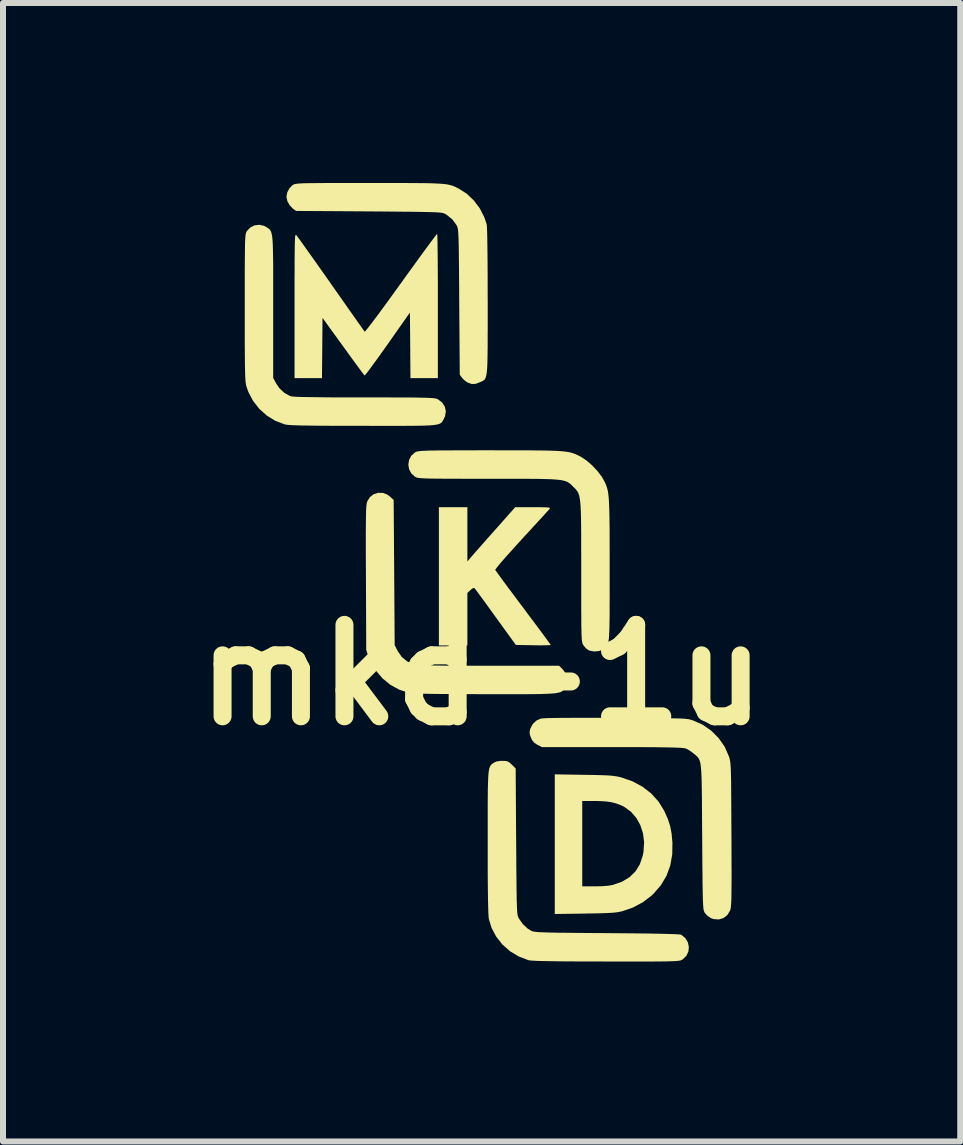
<source format=kicad_pcb>
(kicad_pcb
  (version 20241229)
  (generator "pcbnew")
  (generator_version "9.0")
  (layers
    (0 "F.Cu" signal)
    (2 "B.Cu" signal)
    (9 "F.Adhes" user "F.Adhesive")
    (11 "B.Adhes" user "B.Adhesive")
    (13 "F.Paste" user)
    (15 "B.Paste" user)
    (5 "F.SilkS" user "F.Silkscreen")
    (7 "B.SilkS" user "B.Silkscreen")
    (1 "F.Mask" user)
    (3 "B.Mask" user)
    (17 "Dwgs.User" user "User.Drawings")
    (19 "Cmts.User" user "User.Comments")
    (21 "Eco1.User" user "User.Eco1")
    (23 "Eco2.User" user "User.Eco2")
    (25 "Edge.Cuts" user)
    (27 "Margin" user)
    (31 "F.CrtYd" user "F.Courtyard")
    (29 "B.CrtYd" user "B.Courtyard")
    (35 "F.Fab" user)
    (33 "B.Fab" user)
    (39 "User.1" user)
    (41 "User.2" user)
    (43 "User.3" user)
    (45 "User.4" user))
  (footprint "mkd-1u"
    (layer "F.Cu")
    (at 4.978 8.201)
    (property "Reference" "mkd-1u" (at 0 0 0) (layer "F.SilkS") (effects (font (size 1.524 1.524) (thickness 0.3))))
    (attr through_hole)
    (fp_poly (pts (xy 1.707 1.665) (xy 1.853 1.667) (xy 1.971 1.67) (xy 2.063 1.673) (xy 2.137 1.677) (xy 2.196 1.683) (xy 2.245 1.69) (xy 2.289 1.698) (xy 2.33 1.709) (xy 2.517 1.774) (xy 2.685 1.865) (xy 2.83 1.978) (xy 2.951 2.113) (xy 3.045 2.266) (xy 3.047 2.271) (xy 3.104 2.399) (xy 3.143 2.518) (xy 3.167 2.642) (xy 3.18 2.785) (xy 3.181 2.788) (xy 3.178 2.991) (xy 3.145 3.177) (xy 3.082 3.349) (xy 2.989 3.505) (xy 2.865 3.648) (xy 2.829 3.682) (xy 2.684 3.792) (xy 2.518 3.879) (xy 2.36 3.934) (xy 2.318 3.945) (xy 2.276 3.953) (xy 2.228 3.96) (xy 2.17 3.965) (xy 2.098 3.969) (xy 2.006 3.972) (xy 1.891 3.975) (xy 1.747 3.977) (xy 1.724 3.978) (xy 1.22 3.985) (xy 1.22 2.101) (xy 1.678 2.101) (xy 1.678 3.524) (xy 1.886 3.524) (xy 2.005 3.522) (xy 2.107 3.514) (xy 2.184 3.501) (xy 2.191 3.499) (xy 2.342 3.446) (xy 2.466 3.371) (xy 2.565 3.275) (xy 2.638 3.156) (xy 2.686 3.014) (xy 2.699 2.946) (xy 2.709 2.791) (xy 2.691 2.642) (xy 2.646 2.504) (xy 2.578 2.382) (xy 2.488 2.279) (xy 2.378 2.199) (xy 2.337 2.178) (xy 2.253 2.145) (xy 2.166 2.122) (xy 2.067 2.108) (xy 1.947 2.102) (xy 1.87 2.101) (xy 1.678 2.101) (xy 1.22 2.101) (xy 1.22 1.657)) (stroke (width 0) (type solid)) (fill yes) (layer "F.SilkS"))
    (fp_poly (pts (xy -0.237 -1.892) (xy -0.174 -1.966) (xy -0.146 -1.998) (xy -0.1 -2.051) (xy -0.037 -2.122) (xy 0.037 -2.206) (xy 0.119 -2.299) (xy 0.207 -2.398) (xy 0.225 -2.418) (xy 0.56 -2.796) (xy 0.858 -2.796) (xy 0.965 -2.796) (xy 1.042 -2.795) (xy 1.094 -2.793) (xy 1.124 -2.789) (xy 1.138 -2.783) (xy 1.138 -2.775) (xy 1.133 -2.768) (xy 1.117 -2.749) (xy 1.08 -2.709) (xy 1.026 -2.649) (xy 0.956 -2.573) (xy 0.874 -2.484) (xy 0.783 -2.384) (xy 0.684 -2.277) (xy 0.665 -2.256) (xy 0.566 -2.148) (xy 0.476 -2.047) (xy 0.395 -1.957) (xy 0.328 -1.88) (xy 0.276 -1.818) (xy 0.242 -1.775) (xy 0.228 -1.753) (xy 0.227 -1.751) (xy 0.239 -1.734) (xy 0.269 -1.692) (xy 0.315 -1.629) (xy 0.375 -1.547) (xy 0.447 -1.449) (xy 0.53 -1.339) (xy 0.62 -1.218) (xy 0.694 -1.12) (xy 0.788 -0.993) (xy 0.876 -0.876) (xy 0.956 -0.769) (xy 1.024 -0.677) (xy 1.08 -0.601) (xy 1.121 -0.544) (xy 1.146 -0.509) (xy 1.152 -0.5) (xy 1.136 -0.497) (xy 1.092 -0.495) (xy 1.024 -0.494) (xy 0.94 -0.494) (xy 0.862 -0.495) (xy 0.571 -0.5) (xy 0.235 -0.964) (xy 0.155 -1.075) (xy 0.081 -1.178) (xy 0.015 -1.268) (xy -0.041 -1.344) (xy -0.083 -1.401) (xy -0.11 -1.436) (xy -0.118 -1.446) (xy -0.141 -1.449) (xy -0.177 -1.423) (xy -0.186 -1.415) (xy -0.237 -1.366) (xy -0.237 -0.491) (xy -0.712 -0.491) (xy -0.712 -2.796) (xy -0.237 -2.796)) (stroke (width 0) (type solid)) (fill yes) (layer "F.SilkS"))
    (fp_poly (pts (xy -1.646 -3.035) (xy -1.569 -3.005) (xy -1.529 -2.975) (xy -1.466 -2.917) (xy -1.457 -1.707) (xy -1.449 -0.497) (xy -1.398 -0.397) (xy -1.329 -0.298) (xy -1.238 -0.224) (xy -1.128 -0.177) (xy -1.101 -0.171) (xy -1.062 -0.167) (xy -0.99 -0.163) (xy -0.885 -0.16) (xy -0.745 -0.157) (xy -0.572 -0.155) (xy -0.366 -0.154) (xy -0.127 -0.153) (xy 0.138 -0.153) (xy 1.292 -0.153) (xy 1.358 -0.087) (xy 1.41 -0.013) (xy 1.43 0.068) (xy 1.417 0.153) (xy 1.388 0.214) (xy 1.375 0.235) (xy 1.363 0.252) (xy 1.348 0.267) (xy 1.328 0.28) (xy 1.302 0.29) (xy 1.265 0.299) (xy 1.217 0.306) (xy 1.155 0.311) (xy 1.076 0.315) (xy 0.978 0.318) (xy 0.858 0.32) (xy 0.715 0.321) (xy 0.546 0.321) (xy 0.348 0.321) (xy 0.12 0.321) (xy 0.055 0.321) (xy -0.188 0.32) (xy -0.398 0.319) (xy -0.579 0.318) (xy -0.733 0.317) (xy -0.861 0.315) (xy -0.967 0.313) (xy -1.051 0.31) (xy -1.117 0.307) (xy -1.167 0.303) (xy -1.202 0.299) (xy -1.214 0.297) (xy -1.374 0.245) (xy -1.522 0.164) (xy -1.653 0.056) (xy -1.763 -0.074) (xy -1.85 -0.224) (xy -1.884 -0.305) (xy -1.923 -0.415) (xy -1.928 -1.618) (xy -1.929 -1.852) (xy -1.93 -2.054) (xy -1.93 -2.227) (xy -1.93 -2.374) (xy -1.929 -2.496) (xy -1.928 -2.597) (xy -1.927 -2.678) (xy -1.925 -2.742) (xy -1.922 -2.792) (xy -1.919 -2.83) (xy -1.915 -2.858) (xy -1.91 -2.879) (xy -1.906 -2.893) (xy -1.862 -2.964) (xy -1.8 -3.012) (xy -1.725 -3.036)) (stroke (width 0) (type solid)) (fill yes) (layer "F.SilkS"))
    (fp_poly (pts (xy -0.739 -7.337) (xy -0.737 -7.289) (xy -0.735 -7.213) (xy -0.734 -7.111) (xy -0.732 -6.986) (xy -0.731 -6.841) (xy -0.73 -6.678) (xy -0.729 -6.499) (xy -0.729 -6.309) (xy -0.729 -6.151) (xy -0.729 -4.948) (xy -1.186 -4.948) (xy -1.19 -5.494) (xy -1.195 -6.041) (xy -1.566 -5.512) (xy -1.65 -5.395) (xy -1.727 -5.286) (xy -1.797 -5.191) (xy -1.856 -5.11) (xy -1.902 -5.048) (xy -1.935 -5.008) (xy -1.95 -4.992) (xy -1.951 -4.991) (xy -1.963 -5.007) (xy -1.993 -5.046) (xy -2.038 -5.106) (xy -2.096 -5.185) (xy -2.164 -5.278) (xy -2.24 -5.383) (xy -2.307 -5.476) (xy -2.652 -5.952) (xy -2.656 -5.45) (xy -2.661 -4.948) (xy -3.118 -4.948) (xy -3.118 -6.155) (xy -3.118 -6.386) (xy -3.118 -6.585) (xy -3.117 -6.755) (xy -3.117 -6.898) (xy -3.116 -7.016) (xy -3.115 -7.112) (xy -3.114 -7.187) (xy -3.112 -7.244) (xy -3.11 -7.285) (xy -3.107 -7.312) (xy -3.103 -7.328) (xy -3.099 -7.335) (xy -3.094 -7.334) (xy -3.088 -7.33) (xy -3.086 -7.328) (xy -3.071 -7.308) (xy -3.038 -7.263) (xy -2.989 -7.196) (xy -2.927 -7.108) (xy -2.853 -7.004) (xy -2.768 -6.885) (xy -2.675 -6.753) (xy -2.576 -6.613) (xy -2.508 -6.515) (xy -2.406 -6.37) (xy -2.31 -6.234) (xy -2.222 -6.108) (xy -2.143 -5.996) (xy -2.075 -5.899) (xy -2.019 -5.821) (xy -1.979 -5.764) (xy -1.955 -5.73) (xy -1.948 -5.722) (xy -1.937 -5.733) (xy -1.907 -5.769) (xy -1.861 -5.828) (xy -1.8 -5.907) (xy -1.727 -6.005) (xy -1.643 -6.119) (xy -1.55 -6.246) (xy -1.45 -6.385) (xy -1.345 -6.53) (xy -1.239 -6.678) (xy -1.138 -6.817) (xy -1.045 -6.946) (xy -0.961 -7.061) (xy -0.888 -7.16) (xy -0.828 -7.241) (xy -0.782 -7.302) (xy -0.753 -7.34) (xy -0.741 -7.353)) (stroke (width 0) (type solid)) (fill yes) (layer "F.SilkS"))
    (fp_poly (pts (xy -1.631 -8.201) (xy -1.422 -8.201) (xy -1.241 -8.2) (xy -1.086 -8.199) (xy -0.956 -8.198) (xy -0.846 -8.196) (xy -0.755 -8.192) (xy -0.68 -8.188) (xy -0.619 -8.183) (xy -0.569 -8.176) (xy -0.527 -8.167) (xy -0.492 -8.157) (xy -0.459 -8.145) (xy -0.428 -8.131) (xy -0.395 -8.114) (xy -0.381 -8.107) (xy -0.248 -8.022) (xy -0.129 -7.909) (xy -0.029 -7.776) (xy 0.046 -7.628) (xy 0.084 -7.515) (xy 0.088 -7.483) (xy 0.091 -7.418) (xy 0.094 -7.32) (xy 0.096 -7.191) (xy 0.098 -7.031) (xy 0.1 -6.841) (xy 0.101 -6.623) (xy 0.101 -6.376) (xy 0.102 -6.23) (xy 0.102 -5.99) (xy 0.102 -5.782) (xy 0.101 -5.604) (xy 0.101 -5.452) (xy 0.099 -5.325) (xy 0.097 -5.22) (xy 0.094 -5.135) (xy 0.089 -5.067) (xy 0.082 -5.015) (xy 0.074 -4.976) (xy 0.064 -4.947) (xy 0.052 -4.926) (xy 0.037 -4.912) (xy 0.019 -4.901) (xy -0.002 -4.891) (xy -0.025 -4.88) (xy -0.026 -4.88) (xy -0.1 -4.852) (xy -0.165 -4.85) (xy -0.232 -4.874) (xy -0.234 -4.874) (xy -0.282 -4.908) (xy -0.325 -4.952) (xy -0.327 -4.954) (xy -0.364 -5.007) (xy -0.373 -6.219) (xy -0.374 -6.45) (xy -0.376 -6.651) (xy -0.377 -6.822) (xy -0.379 -6.967) (xy -0.38 -7.087) (xy -0.382 -7.186) (xy -0.384 -7.266) (xy -0.387 -7.329) (xy -0.39 -7.377) (xy -0.393 -7.414) (xy -0.397 -7.441) (xy -0.402 -7.462) (xy -0.408 -7.477) (xy -0.414 -7.491) (xy -0.418 -7.498) (xy -0.49 -7.596) (xy -0.587 -7.674) (xy -0.61 -7.687) (xy -0.623 -7.693) (xy -0.639 -7.698) (xy -0.66 -7.703) (xy -0.689 -7.707) (xy -0.729 -7.71) (xy -0.781 -7.713) (xy -0.849 -7.715) (xy -0.934 -7.717) (xy -1.038 -7.719) (xy -1.166 -7.721) (xy -1.318 -7.722) (xy -1.497 -7.724) (xy -1.707 -7.726) (xy -1.881 -7.727) (xy -3.092 -7.735) (xy -3.145 -7.773) (xy -3.199 -7.828) (xy -3.238 -7.898) (xy -3.253 -7.969) (xy -3.253 -7.972) (xy -3.24 -8.043) (xy -3.204 -8.111) (xy -3.154 -8.163) (xy -3.145 -8.169) (xy -3.133 -8.175) (xy -3.119 -8.181) (xy -3.101 -8.185) (xy -3.074 -8.189) (xy -3.038 -8.192) (xy -2.989 -8.195) (xy -2.926 -8.197) (xy -2.846 -8.198) (xy -2.746 -8.199) (xy -2.624 -8.2) (xy -2.478 -8.201) (xy -2.305 -8.201) (xy -2.103 -8.201) (xy -1.872 -8.201)) (stroke (width 0) (type solid)) (fill yes) (layer "F.SilkS"))
    (fp_poly (pts (xy 0.401 1.434) (xy 0.44 1.444) (xy 0.474 1.467) (xy 0.504 1.496) (xy 0.568 1.559) (xy 0.576 2.775) (xy 0.578 3.007) (xy 0.579 3.208) (xy 0.581 3.379) (xy 0.582 3.524) (xy 0.584 3.645) (xy 0.585 3.745) (xy 0.588 3.825) (xy 0.59 3.888) (xy 0.593 3.937) (xy 0.596 3.974) (xy 0.6 4.001) (xy 0.605 4.022) (xy 0.611 4.038) (xy 0.617 4.051) (xy 0.621 4.059) (xy 0.685 4.151) (xy 0.767 4.227) (xy 0.828 4.265) (xy 0.842 4.271) (xy 0.859 4.276) (xy 0.883 4.28) (xy 0.915 4.284) (xy 0.958 4.288) (xy 1.014 4.29) (xy 1.086 4.293) (xy 1.177 4.295) (xy 1.288 4.297) (xy 1.422 4.298) (xy 1.582 4.3) (xy 1.77 4.302) (xy 1.988 4.303) (xy 2.093 4.304) (xy 2.347 4.306) (xy 2.568 4.308) (xy 2.758 4.31) (xy 2.919 4.313) (xy 3.051 4.316) (xy 3.156 4.319) (xy 3.235 4.322) (xy 3.289 4.325) (xy 3.321 4.329) (xy 3.33 4.332) (xy 3.397 4.388) (xy 3.439 4.458) (xy 3.455 4.535) (xy 3.447 4.613) (xy 3.412 4.684) (xy 3.351 4.742) (xy 3.346 4.745) (xy 3.335 4.751) (xy 3.322 4.757) (xy 3.304 4.762) (xy 3.28 4.765) (xy 3.247 4.769) (xy 3.202 4.771) (xy 3.144 4.773) (xy 3.069 4.775) (xy 2.975 4.776) (xy 2.86 4.777) (xy 2.721 4.777) (xy 2.557 4.777) (xy 2.364 4.777) (xy 2.14 4.777) (xy 2.074 4.777) (xy 1.823 4.776) (xy 1.604 4.776) (xy 1.415 4.775) (xy 1.255 4.773) (xy 1.121 4.771) (xy 1.012 4.769) (xy 0.926 4.767) (xy 0.86 4.763) (xy 0.814 4.76) (xy 0.785 4.756) (xy 0.779 4.754) (xy 0.619 4.693) (xy 0.473 4.605) (xy 0.347 4.494) (xy 0.244 4.363) (xy 0.166 4.216) (xy 0.121 4.07) (xy 0.117 4.035) (xy 0.113 3.972) (xy 0.11 3.881) (xy 0.107 3.76) (xy 0.105 3.61) (xy 0.103 3.428) (xy 0.102 3.214) (xy 0.102 2.968) (xy 0.102 2.793) (xy 0.102 2.557) (xy 0.102 2.353) (xy 0.102 2.177) (xy 0.103 2.029) (xy 0.104 1.904) (xy 0.107 1.802) (xy 0.11 1.719) (xy 0.114 1.653) (xy 0.12 1.602) (xy 0.127 1.564) (xy 0.136 1.535) (xy 0.147 1.514) (xy 0.159 1.498) (xy 0.174 1.484) (xy 0.192 1.471) (xy 0.2 1.466) (xy 0.246 1.443) (xy 0.31 1.433) (xy 0.343 1.432)) (stroke (width 0) (type solid)) (fill yes) (layer "F.SilkS"))
    (fp_poly (pts (xy -3.627 -7.487) (xy -3.591 -7.468) (xy -3.569 -7.454) (xy -3.55 -7.44) (xy -3.533 -7.426) (xy -3.52 -7.408) (xy -3.508 -7.384) (xy -3.499 -7.351) (xy -3.491 -7.307) (xy -3.485 -7.25) (xy -3.481 -7.178) (xy -3.478 -7.087) (xy -3.476 -6.976) (xy -3.474 -6.842) (xy -3.474 -6.683) (xy -3.474 -6.497) (xy -3.474 -6.28) (xy -3.474 -6.132) (xy -3.474 -4.952) (xy -3.426 -4.861) (xy -3.367 -4.775) (xy -3.289 -4.703) (xy -3.202 -4.654) (xy -3.172 -4.644) (xy -3.141 -4.64) (xy -3.077 -4.636) (xy -2.98 -4.633) (xy -2.852 -4.631) (xy -2.694 -4.629) (xy -2.506 -4.627) (xy -2.289 -4.626) (xy -2.045 -4.626) (xy -1.949 -4.626) (xy -1.721 -4.626) (xy -1.524 -4.626) (xy -1.357 -4.625) (xy -1.216 -4.625) (xy -1.099 -4.624) (xy -1.004 -4.622) (xy -0.928 -4.62) (xy -0.868 -4.618) (xy -0.822 -4.615) (xy -0.788 -4.612) (xy -0.764 -4.608) (xy -0.746 -4.603) (xy -0.732 -4.597) (xy -0.73 -4.596) (xy -0.659 -4.543) (xy -0.614 -4.474) (xy -0.596 -4.395) (xy -0.609 -4.313) (xy -0.627 -4.274) (xy -0.639 -4.251) (xy -0.65 -4.232) (xy -0.662 -4.214) (xy -0.677 -4.2) (xy -0.698 -4.188) (xy -0.726 -4.178) (xy -0.766 -4.17) (xy -0.818 -4.164) (xy -0.885 -4.159) (xy -0.969 -4.156) (xy -1.073 -4.154) (xy -1.199 -4.153) (xy -1.35 -4.152) (xy -1.527 -4.152) (xy -1.734 -4.152) (xy -1.972 -4.153) (xy -1.977 -4.153) (xy -2.217 -4.153) (xy -2.426 -4.153) (xy -2.605 -4.154) (xy -2.758 -4.155) (xy -2.886 -4.157) (xy -2.992 -4.158) (xy -3.078 -4.161) (xy -3.146 -4.163) (xy -3.199 -4.166) (xy -3.239 -4.17) (xy -3.269 -4.174) (xy -3.285 -4.178) (xy -3.44 -4.237) (xy -3.581 -4.324) (xy -3.706 -4.436) (xy -3.81 -4.569) (xy -3.889 -4.719) (xy -3.921 -4.811) (xy -3.926 -4.832) (xy -3.931 -4.859) (xy -3.935 -4.894) (xy -3.938 -4.939) (xy -3.941 -4.997) (xy -3.943 -5.07) (xy -3.945 -5.161) (xy -3.946 -5.272) (xy -3.947 -5.406) (xy -3.948 -5.565) (xy -3.948 -5.752) (xy -3.948 -5.968) (xy -3.948 -6.122) (xy -3.948 -6.355) (xy -3.948 -6.556) (xy -3.948 -6.728) (xy -3.947 -6.873) (xy -3.946 -6.995) (xy -3.945 -7.094) (xy -3.944 -7.174) (xy -3.942 -7.237) (xy -3.939 -7.285) (xy -3.936 -7.321) (xy -3.932 -7.348) (xy -3.928 -7.367) (xy -3.923 -7.381) (xy -3.916 -7.393) (xy -3.914 -7.397) (xy -3.858 -7.457) (xy -3.786 -7.494) (xy -3.706 -7.504)) (stroke (width 0) (type solid)) (fill yes) (layer "F.SilkS"))
    (fp_poly (pts (xy 1.893 0.714) (xy 2.155 0.715) (xy 2.234 0.715) (xy 2.462 0.717) (xy 2.66 0.718) (xy 2.828 0.719) (xy 2.971 0.72) (xy 3.09 0.721) (xy 3.187 0.723) (xy 3.267 0.725) (xy 3.33 0.727) (xy 3.38 0.73) (xy 3.419 0.734) (xy 3.45 0.738) (xy 3.476 0.744) (xy 3.498 0.75) (xy 3.52 0.757) (xy 3.524 0.758) (xy 3.684 0.829) (xy 3.827 0.928) (xy 3.95 1.051) (xy 4.05 1.193) (xy 4.121 1.353) (xy 4.122 1.354) (xy 4.129 1.376) (xy 4.135 1.398) (xy 4.141 1.422) (xy 4.145 1.451) (xy 4.149 1.487) (xy 4.152 1.534) (xy 4.155 1.592) (xy 4.157 1.666) (xy 4.159 1.757) (xy 4.16 1.869) (xy 4.161 2.003) (xy 4.162 2.163) (xy 4.163 2.35) (xy 4.164 2.568) (xy 4.165 2.66) (xy 4.166 2.893) (xy 4.166 3.094) (xy 4.167 3.266) (xy 4.167 3.411) (xy 4.166 3.533) (xy 4.165 3.633) (xy 4.164 3.713) (xy 4.162 3.777) (xy 4.159 3.826) (xy 4.156 3.863) (xy 4.152 3.891) (xy 4.147 3.912) (xy 4.142 3.927) (xy 4.098 4.001) (xy 4.033 4.052) (xy 3.956 4.076) (xy 3.871 4.07) (xy 3.821 4.053) (xy 3.767 4.016) (xy 3.724 3.97) (xy 3.719 3.963) (xy 3.713 3.951) (xy 3.707 3.937) (xy 3.702 3.919) (xy 3.698 3.894) (xy 3.695 3.859) (xy 3.692 3.813) (xy 3.689 3.753) (xy 3.687 3.677) (xy 3.685 3.581) (xy 3.683 3.464) (xy 3.682 3.323) (xy 3.68 3.156) (xy 3.679 2.961) (xy 3.677 2.734) (xy 3.677 2.694) (xy 3.675 2.457) (xy 3.674 2.251) (xy 3.673 2.075) (xy 3.671 1.925) (xy 3.669 1.799) (xy 3.666 1.695) (xy 3.662 1.61) (xy 3.656 1.542) (xy 3.65 1.488) (xy 3.641 1.447) (xy 3.63 1.415) (xy 3.617 1.39) (xy 3.602 1.369) (xy 3.583 1.351) (xy 3.562 1.333) (xy 3.538 1.312) (xy 3.535 1.31) (xy 3.48 1.269) (xy 3.423 1.235) (xy 3.392 1.223) (xy 3.367 1.219) (xy 3.32 1.215) (xy 3.251 1.212) (xy 3.158 1.209) (xy 3.039 1.207) (xy 2.893 1.205) (xy 2.718 1.204) (xy 2.513 1.203) (xy 2.276 1.203) (xy 2.166 1.203) (xy 1.007 1.203) (xy 0.931 1.165) (xy 0.878 1.131) (xy 0.843 1.088) (xy 0.823 1.047) (xy 0.804 0.993) (xy 0.8 0.951) (xy 0.809 0.905) (xy 0.81 0.901) (xy 0.851 0.82) (xy 0.916 0.759) (xy 0.986 0.728) (xy 1.018 0.724) (xy 1.083 0.72) (xy 1.179 0.718) (xy 1.308 0.716) (xy 1.47 0.715) (xy 1.665 0.714)) (stroke (width 0) (type solid)) (fill yes) (layer "F.SilkS"))
    (fp_poly (pts (xy 0.147 -3.745) (xy 0.387 -3.744) (xy 0.597 -3.744) (xy 0.778 -3.744) (xy 0.932 -3.742) (xy 1.063 -3.741) (xy 1.173 -3.738) (xy 1.265 -3.734) (xy 1.341 -3.729) (xy 1.403 -3.722) (xy 1.455 -3.714) (xy 1.498 -3.704) (xy 1.536 -3.692) (xy 1.571 -3.678) (xy 1.606 -3.662) (xy 1.643 -3.643) (xy 1.651 -3.639) (xy 1.743 -3.579) (xy 1.838 -3.498) (xy 1.927 -3.404) (xy 2 -3.309) (xy 2.029 -3.26) (xy 2.049 -3.223) (xy 2.066 -3.188) (xy 2.08 -3.153) (xy 2.092 -3.116) (xy 2.103 -3.074) (xy 2.111 -3.024) (xy 2.118 -2.964) (xy 2.123 -2.891) (xy 2.127 -2.803) (xy 2.13 -2.697) (xy 2.132 -2.571) (xy 2.134 -2.421) (xy 2.134 -2.246) (xy 2.135 -2.042) (xy 2.135 -1.808) (xy 2.135 -1.756) (xy 2.135 -1.519) (xy 2.135 -1.314) (xy 2.134 -1.138) (xy 2.134 -0.988) (xy 2.132 -0.863) (xy 2.13 -0.76) (xy 2.126 -0.677) (xy 2.122 -0.61) (xy 2.115 -0.559) (xy 2.107 -0.52) (xy 2.098 -0.491) (xy 2.086 -0.471) (xy 2.072 -0.455) (xy 2.055 -0.442) (xy 2.036 -0.431) (xy 2.025 -0.424) (xy 1.957 -0.398) (xy 1.877 -0.391) (xy 1.801 -0.405) (xy 1.776 -0.416) (xy 1.737 -0.447) (xy 1.7 -0.491) (xy 1.696 -0.497) (xy 1.689 -0.509) (xy 1.683 -0.522) (xy 1.678 -0.539) (xy 1.674 -0.562) (xy 1.67 -0.593) (xy 1.668 -0.635) (xy 1.665 -0.692) (xy 1.664 -0.764) (xy 1.662 -0.855) (xy 1.662 -0.966) (xy 1.661 -1.102) (xy 1.661 -1.263) (xy 1.661 -1.453) (xy 1.661 -1.674) (xy 1.661 -1.715) (xy 1.661 -1.954) (xy 1.66 -2.162) (xy 1.66 -2.34) (xy 1.659 -2.493) (xy 1.657 -2.621) (xy 1.654 -2.728) (xy 1.65 -2.815) (xy 1.644 -2.886) (xy 1.636 -2.943) (xy 1.627 -2.988) (xy 1.615 -3.024) (xy 1.601 -3.052) (xy 1.584 -3.077) (xy 1.565 -3.1) (xy 1.542 -3.123) (xy 1.527 -3.137) (xy 1.503 -3.162) (xy 1.48 -3.183) (xy 1.457 -3.202) (xy 1.431 -3.217) (xy 1.399 -3.23) (xy 1.36 -3.241) (xy 1.31 -3.25) (xy 1.248 -3.256) (xy 1.17 -3.262) (xy 1.074 -3.265) (xy 0.958 -3.268) (xy 0.82 -3.269) (xy 0.657 -3.27) (xy 0.466 -3.27) (xy 0.244 -3.27) (xy 0.105 -3.27) (xy -0.122 -3.27) (xy -0.316 -3.27) (xy -0.483 -3.271) (xy -0.622 -3.271) (xy -0.738 -3.272) (xy -0.832 -3.273) (xy -0.907 -3.275) (xy -0.966 -3.277) (xy -1.01 -3.28) (xy -1.044 -3.283) (xy -1.068 -3.287) (xy -1.085 -3.292) (xy -1.099 -3.298) (xy -1.11 -3.305) (xy -1.113 -3.306) (xy -1.173 -3.361) (xy -1.209 -3.43) (xy -1.221 -3.507) (xy -1.209 -3.584) (xy -1.173 -3.653) (xy -1.115 -3.706) (xy -1.094 -3.718) (xy -1.08 -3.723) (xy -1.061 -3.727) (xy -1.033 -3.731) (xy -0.995 -3.735) (xy -0.944 -3.737) (xy -0.878 -3.74) (xy -0.794 -3.741) (xy -0.69 -3.743) (xy -0.563 -3.743) (xy -0.411 -3.744) (xy -0.233 -3.744) (xy -0.024 -3.745)) (stroke (width 0) (type solid)) (fill yes) (layer "F.SilkS")))
  (gr_rect
    (start -3 -3)
    (end 12.957 15.978)
    (stroke (width 0.1) (type default))
    (fill no)
    (layer "Edge.Cuts")))
</source>
